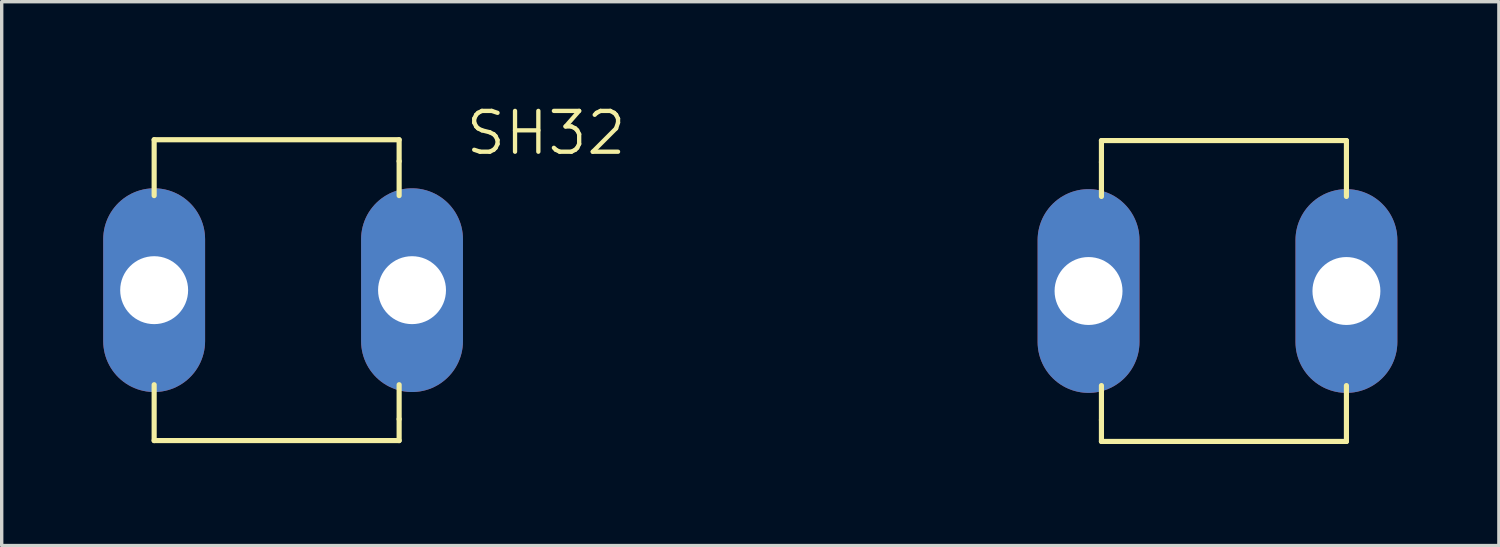
<source format=kicad_pcb>
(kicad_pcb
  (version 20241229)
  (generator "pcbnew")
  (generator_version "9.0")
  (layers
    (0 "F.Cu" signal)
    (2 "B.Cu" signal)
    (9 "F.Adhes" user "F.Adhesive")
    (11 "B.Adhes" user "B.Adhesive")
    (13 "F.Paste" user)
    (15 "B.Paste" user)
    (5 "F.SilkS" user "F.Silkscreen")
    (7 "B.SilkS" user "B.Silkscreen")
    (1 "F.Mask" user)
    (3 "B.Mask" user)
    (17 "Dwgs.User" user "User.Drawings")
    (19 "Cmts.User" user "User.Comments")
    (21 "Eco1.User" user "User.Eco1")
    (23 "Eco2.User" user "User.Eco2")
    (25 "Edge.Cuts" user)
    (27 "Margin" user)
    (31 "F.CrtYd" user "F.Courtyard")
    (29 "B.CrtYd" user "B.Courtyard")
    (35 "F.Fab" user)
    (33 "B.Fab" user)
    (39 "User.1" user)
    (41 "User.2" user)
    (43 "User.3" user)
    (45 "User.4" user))
  (footprint "SH32"
    (layer "F.Cu")
    (at 18.269 5.524)
    (property "Reference" "SH32" (at -7.62 -3.937 0) (layer "F.SilkS") (effects (font (size 1.206 1.206) (thickness 0.127)) (justify left bottom)))
    (attr through_hole)
    (fp_line (start -16.764 -2.794) (end -16.764 -4.445) (stroke (width 0.152) (type solid)) (layer "F.SilkS"))
    (fp_line (start -16.764 4.445) (end -16.764 2.794) (stroke (width 0.152) (type solid)) (layer "F.SilkS"))
    (fp_line (start -16.764 4.445) (end -9.525 4.445) (stroke (width 0.152) (type solid)) (layer "F.SilkS"))
    (fp_line (start -9.525 -4.445) (end -16.764 -4.445) (stroke (width 0.152) (type solid)) (layer "F.SilkS"))
    (fp_line (start -9.525 -3.81) (end -9.525 -4.445) (stroke (width 0.152) (type solid)) (layer "F.SilkS"))
    (fp_line (start -9.525 -3.81) (end -9.525 -2.794) (stroke (width 0.152) (type solid)) (layer "F.SilkS"))
    (fp_line (start -9.525 3.81) (end -9.525 2.794) (stroke (width 0.152) (type solid)) (layer "F.SilkS"))
    (fp_line (start -9.525 3.81) (end -9.525 4.445) (stroke (width 0.152) (type solid)) (layer "F.SilkS"))
    (fp_line (start 11.227 -3.785) (end 11.227 -4.42) (stroke (width 0.152) (type solid)) (layer "F.SilkS"))
    (fp_line (start 11.227 -3.785) (end 11.227 -2.769) (stroke (width 0.152) (type solid)) (layer "F.SilkS"))
    (fp_line (start 11.227 3.835) (end 11.227 2.819) (stroke (width 0.152) (type solid)) (layer "F.SilkS"))
    (fp_line (start 11.227 3.835) (end 11.227 4.47) (stroke (width 0.152) (type solid)) (layer "F.SilkS"))
    (fp_line (start 11.227 4.47) (end 18.466 4.47) (stroke (width 0.152) (type solid)) (layer "F.SilkS"))
    (fp_line (start 18.466 -4.42) (end 11.227 -4.42) (stroke (width 0.152) (type solid)) (layer "F.SilkS"))
    (fp_line (start 18.466 -4.42) (end 18.466 -2.769) (stroke (width 0.152) (type solid)) (layer "F.SilkS"))
    (fp_line (start 18.466 2.819) (end 18.466 4.47) (stroke (width 0.152) (type solid)) (layer "F.SilkS"))
    (pad "1A" thru_hole oval (at -16.764 0 90) (size 6.02 3.01) (drill 2.007) (layers "*.Cu" "*.Mask"))
    (pad "1B" thru_hole oval (at -9.144 0 90) (size 6.02 3.01) (drill 2.007) (layers "*.Cu" "*.Mask"))
    (pad "2A" thru_hole oval (at 10.846 0.025 90) (size 6.02 3.01) (drill 2.007) (layers "*.Cu" "*.Mask"))
    (pad "2B" thru_hole oval (at 18.466 0.025 90) (size 6.02 3.01) (drill 2.007) (layers "*.Cu" "*.Mask")))
  (gr_rect
    (start -3 -3)
    (end 41.24 13.071)
    (stroke (width 0.1) (type default))
    (fill no)
    (layer "Edge.Cuts")))
</source>
